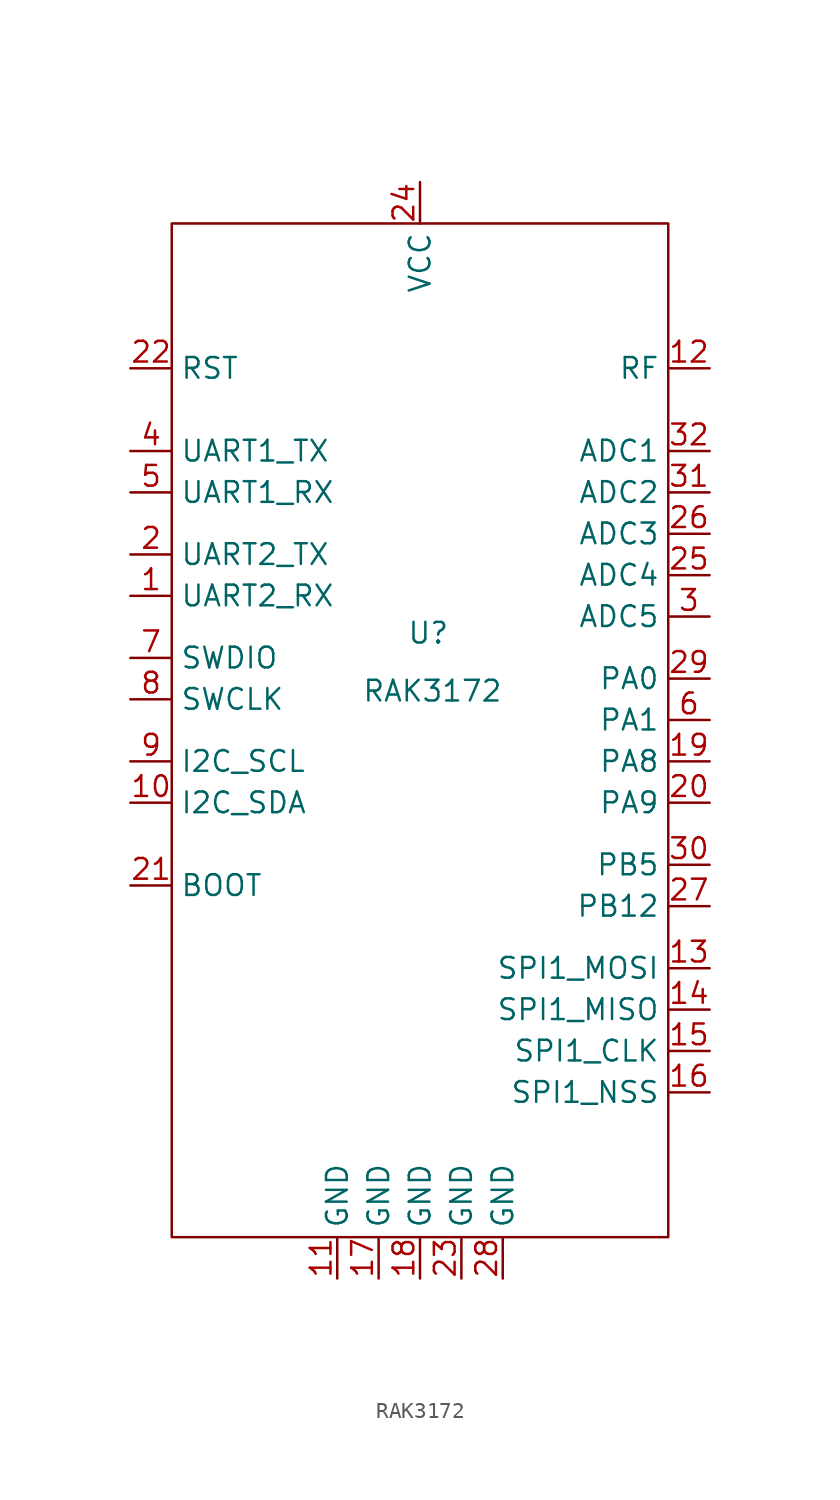
<source format=kicad_sym>
(kicad_symbol_lib
  (version 20231120)
  (generator "kicad_symbol_editor")
  (generator_version "8.0")
  (symbol "RAK3172"
    (property "Reference" "U"
      (at 15.748 -25.146 0)
      (effects (font (size 1.27 1.27))))
    (property "Value" "RAK3172"
      (at 16.002 -28.702 0)
      (effects (font (size 1.27 1.27))))
    (symbol "RAK3172_0_1"
      (rectangle (start 0 0) (end 30.48 -62.23) (stroke (width 0) (type default)) (fill (type none))))
    (symbol "RAK3172_1_1"
      (pin input line (at -2.54 -22.86 0) (length 2.54) (name "UART2_RX" (effects (font (size 1.27 1.27)))) (number "1" (effects (font (size 1.27 1.27)))))
      (pin bidirectional line (at -2.54 -35.56 0) (length 2.54) (name "I2C_SDA" (effects (font (size 1.27 1.27)))) (number "10" (effects (font (size 1.27 1.27)))))
      (pin power_in line (at 10.16 -64.77 90) (length 2.54) (name "GND" (effects (font (size 1.27 1.27)))) (number "11" (effects (font (size 1.27 1.27)))))
      (pin input line (at 33.02 -8.89 180) (length 2.54) (name "RF" (effects (font (size 1.27 1.27)))) (number "12" (effects (font (size 1.27 1.27)))))
      (pin output line (at 33.02 -45.72 180) (length 2.54) (name "SPI1_MOSI" (effects (font (size 1.27 1.27)))) (number "13" (effects (font (size 1.27 1.27)))))
      (pin input line (at 33.02 -48.26 180) (length 2.54) (name "SPI1_MISO" (effects (font (size 1.27 1.27)))) (number "14" (effects (font (size 1.27 1.27)))))
      (pin input line (at 33.02 -50.8 180) (length 2.54) (name "SPI1_CLK" (effects (font (size 1.27 1.27)))) (number "15" (effects (font (size 1.27 1.27)))))
      (pin input line (at 33.02 -53.34 180) (length 2.54) (name "SPI1_NSS" (effects (font (size 1.27 1.27)))) (number "16" (effects (font (size 1.27 1.27)))))
      (pin power_in line (at 12.7 -64.77 90) (length 2.54) (name "GND" (effects (font (size 1.27 1.27)))) (number "17" (effects (font (size 1.27 1.27)))))
      (pin power_in line (at 15.24 -64.77 90) (length 2.54) (name "GND" (effects (font (size 1.27 1.27)))) (number "18" (effects (font (size 1.27 1.27)))))
      (pin bidirectional line (at 33.02 -33.02 180) (length 2.54) (name "PA8" (effects (font (size 1.27 1.27)))) (number "19" (effects (font (size 1.27 1.27)))))
      (pin output line (at -2.54 -20.32 0) (length 2.54) (name "UART2_TX" (effects (font (size 1.27 1.27)))) (number "2" (effects (font (size 1.27 1.27)))))
      (pin bidirectional line (at 33.02 -35.56 180) (length 2.54) (name "PA9" (effects (font (size 1.27 1.27)))) (number "20" (effects (font (size 1.27 1.27)))))
      (pin input line (at -2.54 -40.64 0) (length 2.54) (name "BOOT" (effects (font (size 1.27 1.27)))) (number "21" (effects (font (size 1.27 1.27)))))
      (pin input line (at -2.54 -8.89 0) (length 2.54) (name "RST" (effects (font (size 1.27 1.27)))) (number "22" (effects (font (size 1.27 1.27)))))
      (pin power_in line (at 17.78 -64.77 90) (length 2.54) (name "GND" (effects (font (size 1.27 1.27)))) (number "23" (effects (font (size 1.27 1.27)))))
      (pin power_in line (at 15.24 2.54 270) (length 2.54) (name "VCC" (effects (font (size 1.27 1.27)))) (number "24" (effects (font (size 1.27 1.27)))))
      (pin bidirectional line (at 33.02 -21.59 180) (length 2.54) (name "ADC4" (effects (font (size 1.27 1.27)))) (number "25" (effects (font (size 1.27 1.27)))))
      (pin bidirectional line (at 33.02 -19.05 180) (length 2.54) (name "ADC3" (effects (font (size 1.27 1.27)))) (number "26" (effects (font (size 1.27 1.27)))))
      (pin bidirectional line (at 33.02 -41.91 180) (length 2.54) (name "PB12" (effects (font (size 1.27 1.27)))) (number "27" (effects (font (size 1.27 1.27)))))
      (pin power_in line (at 20.32 -64.77 90) (length 2.54) (name "GND" (effects (font (size 1.27 1.27)))) (number "28" (effects (font (size 1.27 1.27)))))
      (pin bidirectional line (at 33.02 -27.94 180) (length 2.54) (name "PA0" (effects (font (size 1.27 1.27)))) (number "29" (effects (font (size 1.27 1.27)))))
      (pin bidirectional line (at 33.02 -24.13 180) (length 2.54) (name "ADC5" (effects (font (size 1.27 1.27)))) (number "3" (effects (font (size 1.27 1.27)))))
      (pin bidirectional line (at 33.02 -39.37 180) (length 2.54) (name "PB5" (effects (font (size 1.27 1.27)))) (number "30" (effects (font (size 1.27 1.27)))))
      (pin bidirectional line (at 33.02 -16.51 180) (length 2.54) (name "ADC2" (effects (font (size 1.27 1.27)))) (number "31" (effects (font (size 1.27 1.27)))))
      (pin bidirectional line (at 33.02 -13.97 180) (length 2.54) (name "ADC1" (effects (font (size 1.27 1.27)))) (number "32" (effects (font (size 1.27 1.27)))))
      (pin output line (at -2.54 -13.97 0) (length 2.54) (name "UART1_TX" (effects (font (size 1.27 1.27)))) (number "4" (effects (font (size 1.27 1.27)))))
      (pin input line (at -2.54 -16.51 0) (length 2.54) (name "UART1_RX" (effects (font (size 1.27 1.27)))) (number "5" (effects (font (size 1.27 1.27)))))
      (pin bidirectional line (at 33.02 -30.48 180) (length 2.54) (name "PA1" (effects (font (size 1.27 1.27)))) (number "6" (effects (font (size 1.27 1.27)))))
      (pin input line (at -2.54 -26.67 0) (length 2.54) (name "SWDIO" (effects (font (size 1.27 1.27)))) (number "7" (effects (font (size 1.27 1.27)))))
      (pin input line (at -2.54 -29.21 0) (length 2.54) (name "SWCLK" (effects (font (size 1.27 1.27)))) (number "8" (effects (font (size 1.27 1.27)))))
      (pin bidirectional line (at -2.54 -33.02 0) (length 2.54) (name "I2C_SCL" (effects (font (size 1.27 1.27)))) (number "9" (effects (font (size 1.27 1.27))))))))
</source>
